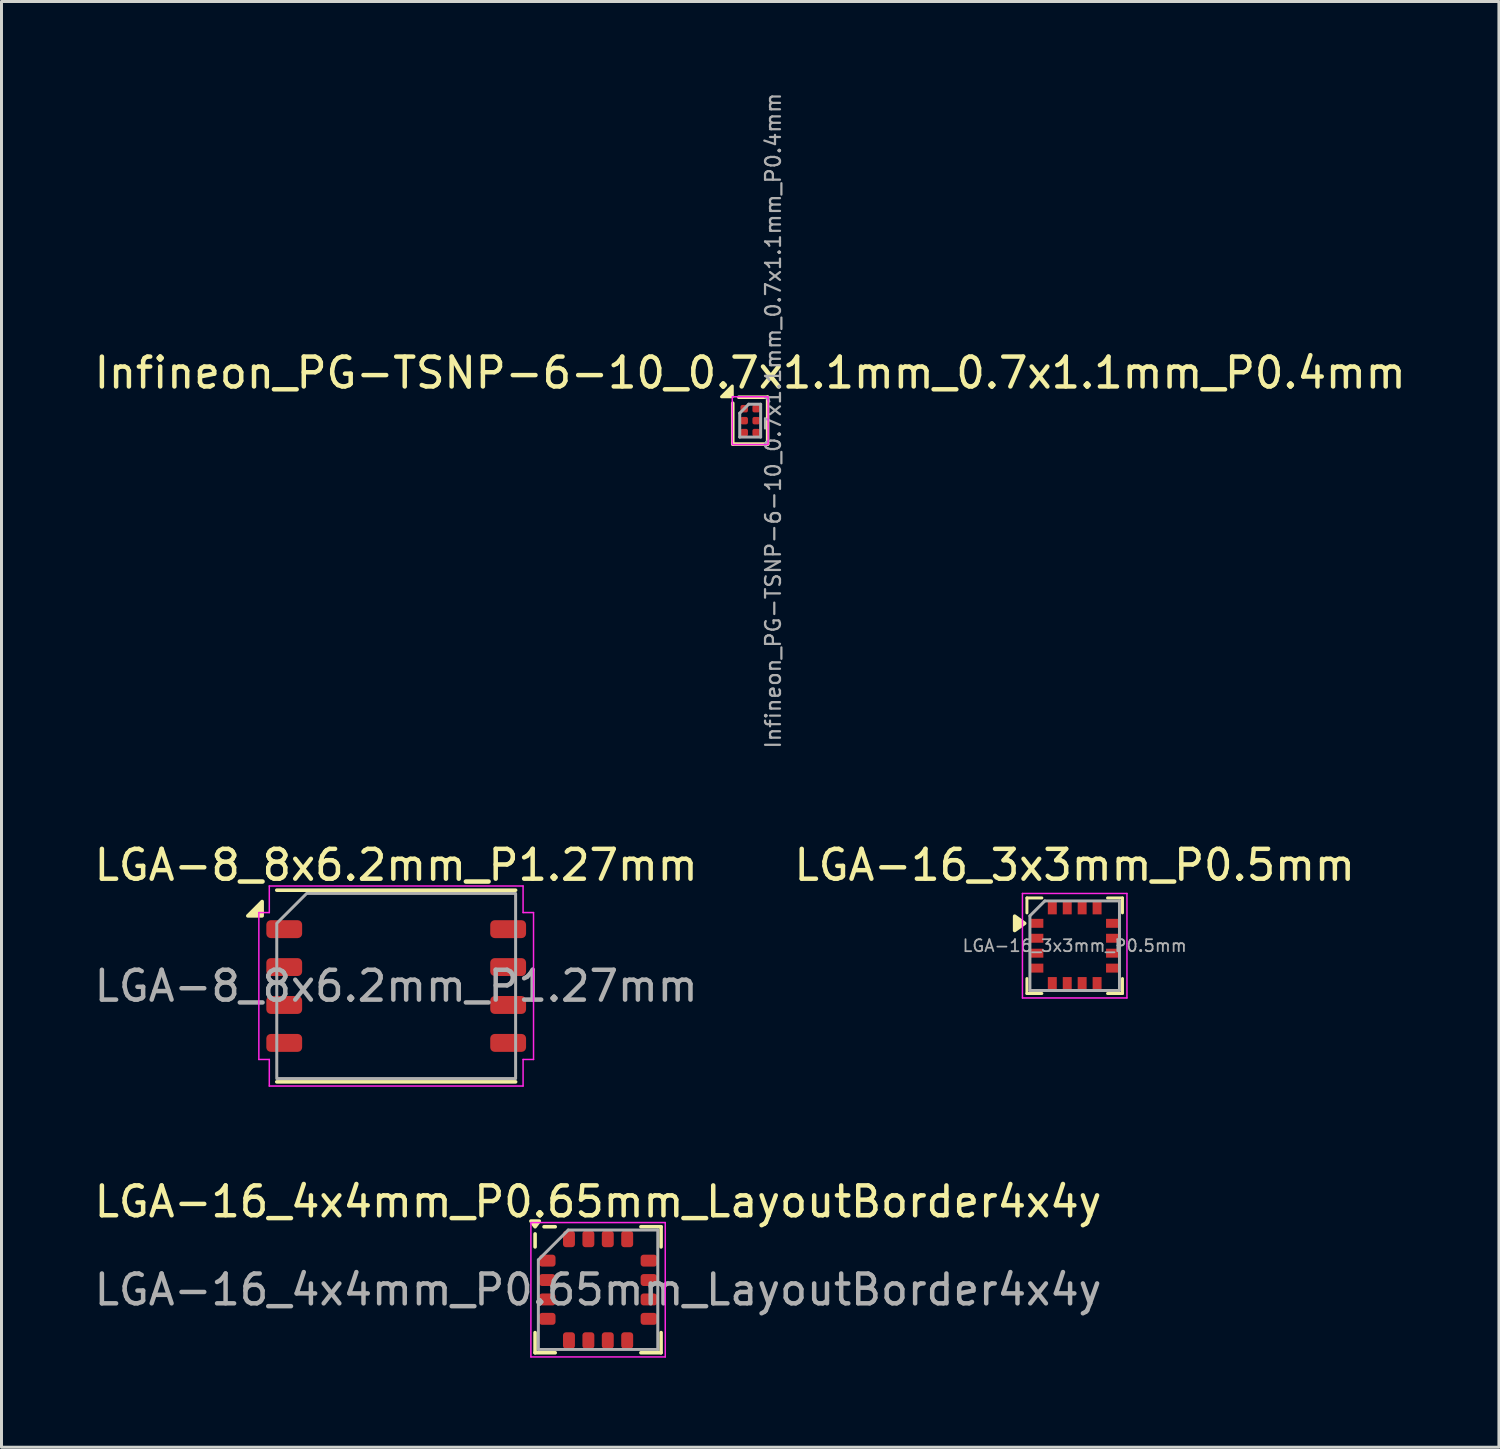
<source format=kicad_pcb>
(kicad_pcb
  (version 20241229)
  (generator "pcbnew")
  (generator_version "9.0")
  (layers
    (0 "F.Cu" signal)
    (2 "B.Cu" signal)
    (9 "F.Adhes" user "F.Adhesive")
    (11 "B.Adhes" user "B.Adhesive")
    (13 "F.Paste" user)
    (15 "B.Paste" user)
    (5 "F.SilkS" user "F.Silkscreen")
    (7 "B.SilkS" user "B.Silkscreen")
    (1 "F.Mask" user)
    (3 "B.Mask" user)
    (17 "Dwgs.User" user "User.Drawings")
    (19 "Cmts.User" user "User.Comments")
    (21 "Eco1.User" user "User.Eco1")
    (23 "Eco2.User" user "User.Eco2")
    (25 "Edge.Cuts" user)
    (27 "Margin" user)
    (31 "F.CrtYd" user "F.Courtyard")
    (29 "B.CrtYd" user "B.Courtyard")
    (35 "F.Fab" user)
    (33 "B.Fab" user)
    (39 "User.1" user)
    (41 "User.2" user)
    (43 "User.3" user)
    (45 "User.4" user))
  (footprint "LGA-16_4x4mm_P0.65mm_LayoutBorder4x4y"
    (layer "F.Cu")
    (at 16.982 40.149)
    (property "Reference" "LGA-16_4x4mm_P0.65mm_LayoutBorder4x4y" (at 0 -2.95 0) (layer "F.SilkS") (effects (font (size 1 1) (thickness 0.15))))
    (attr smd)
    (fp_line (start -2.11 -1.435) (end -2.11 -1.87) (stroke (width 0.12) (type solid)) (layer "F.SilkS"))
    (fp_line (start -2.11 2.11) (end -2.11 1.435) (stroke (width 0.12) (type solid)) (layer "F.SilkS"))
    (fp_line (start -1.435 -2.11) (end -1.81 -2.11) (stroke (width 0.12) (type solid)) (layer "F.SilkS"))
    (fp_line (start -1.435 2.11) (end -2.11 2.11) (stroke (width 0.12) (type solid)) (layer "F.SilkS"))
    (fp_line (start 1.435 -2.11) (end 2.11 -2.11) (stroke (width 0.12) (type solid)) (layer "F.SilkS"))
    (fp_line (start 1.435 2.11) (end 2.11 2.11) (stroke (width 0.12) (type solid)) (layer "F.SilkS"))
    (fp_line (start 2.11 -2.11) (end 2.11 -1.435) (stroke (width 0.12) (type solid)) (layer "F.SilkS"))
    (fp_line (start 2.11 2.11) (end 2.11 1.435) (stroke (width 0.12) (type solid)) (layer "F.SilkS"))
    (fp_poly (pts (xy -2.11 -2.11) (xy -2.25 -2.3) (xy -1.97 -2.3) (xy -2.11 -2.11)) (stroke (width 0.12) (type solid)) (fill yes) (layer "F.SilkS"))
    (fp_line (start -2.25 -2.25) (end -2.25 2.25) (stroke (width 0.05) (type solid)) (layer "F.CrtYd"))
    (fp_line (start -2.25 2.25) (end 2.25 2.25) (stroke (width 0.05) (type solid)) (layer "F.CrtYd"))
    (fp_line (start 2.25 -2.25) (end -2.25 -2.25) (stroke (width 0.05) (type solid)) (layer "F.CrtYd"))
    (fp_line (start 2.25 2.25) (end 2.25 -2.25) (stroke (width 0.05) (type solid)) (layer "F.CrtYd"))
    (fp_line (start -2 -1) (end -1 -2) (stroke (width 0.1) (type solid)) (layer "F.Fab"))
    (fp_line (start -2 2) (end -2 -1) (stroke (width 0.1) (type solid)) (layer "F.Fab"))
    (fp_line (start -1 -2) (end 2 -2) (stroke (width 0.1) (type solid)) (layer "F.Fab"))
    (fp_line (start 2 -2) (end 2 2) (stroke (width 0.1) (type solid)) (layer "F.Fab"))
    (fp_line (start 2 2) (end -2 2) (stroke (width 0.1) (type solid)) (layer "F.Fab"))
    (fp_text user "${REFERENCE}" (at 0 0 0) (layer "F.Fab") (effects (font (size 1 1) (thickness 0.15))))
    (pad "1" smd roundrect (at -1.7 -0.975) (size 0.55 0.4) (layers "F.Cu" "F.Mask" "F.Paste") (roundrect_rratio 0.25))
    (pad "2" smd roundrect (at -1.7 -0.325) (size 0.55 0.4) (layers "F.Cu" "F.Mask" "F.Paste") (roundrect_rratio 0.25))
    (pad "3" smd roundrect (at -1.7 0.325) (size 0.55 0.4) (layers "F.Cu" "F.Mask" "F.Paste") (roundrect_rratio 0.25))
    (pad "4" smd roundrect (at -1.7 0.975) (size 0.55 0.4) (layers "F.Cu" "F.Mask" "F.Paste") (roundrect_rratio 0.25))
    (pad "5" smd roundrect (at -0.975 1.7) (size 0.4 0.55) (layers "F.Cu" "F.Mask" "F.Paste") (roundrect_rratio 0.25))
    (pad "6" smd roundrect (at -0.325 1.7) (size 0.4 0.55) (layers "F.Cu" "F.Mask" "F.Paste") (roundrect_rratio 0.25))
    (pad "7" smd roundrect (at 0.325 1.7) (size 0.4 0.55) (layers "F.Cu" "F.Mask" "F.Paste") (roundrect_rratio 0.25))
    (pad "8" smd roundrect (at 0.975 1.7) (size 0.4 0.55) (layers "F.Cu" "F.Mask" "F.Paste") (roundrect_rratio 0.25))
    (pad "9" smd roundrect (at 1.7 0.975) (size 0.55 0.4) (layers "F.Cu" "F.Mask" "F.Paste") (roundrect_rratio 0.25))
    (pad "10" smd roundrect (at 1.7 0.325) (size 0.55 0.4) (layers "F.Cu" "F.Mask" "F.Paste") (roundrect_rratio 0.25))
    (pad "11" smd roundrect (at 1.7 -0.325) (size 0.55 0.4) (layers "F.Cu" "F.Mask" "F.Paste") (roundrect_rratio 0.25))
    (pad "12" smd roundrect (at 1.7 -0.975) (size 0.55 0.4) (layers "F.Cu" "F.Mask" "F.Paste") (roundrect_rratio 0.25))
    (pad "13" smd roundrect (at 0.975 -1.7) (size 0.4 0.55) (layers "F.Cu" "F.Mask" "F.Paste") (roundrect_rratio 0.25))
    (pad "14" smd roundrect (at 0.325 -1.7) (size 0.4 0.55) (layers "F.Cu" "F.Mask" "F.Paste") (roundrect_rratio 0.25))
    (pad "15" smd roundrect (at -0.325 -1.7) (size 0.4 0.55) (layers "F.Cu" "F.Mask" "F.Paste") (roundrect_rratio 0.25))
    (pad "16" smd roundrect (at -0.975 -1.7) (size 0.4 0.55) (layers "F.Cu" "F.Mask" "F.Paste") (roundrect_rratio 0.25)))
  (footprint "LGA-16_3x3mm_P0.5mm"
    (layer "F.Cu")
    (at 32.946 28.626)
    (property "Reference" "LGA-16_3x3mm_P0.5mm" (at 0 -2.7 0) (layer "F.SilkS") (effects (font (size 1 1) (thickness 0.15))))
    (attr smd)
    (fp_line (start -1.6 -1.6) (end -1.6 -1.1) (stroke (width 0.1) (type solid)) (layer "F.SilkS"))
    (fp_line (start -1.6 -1.6) (end -1.1 -1.6) (stroke (width 0.1) (type solid)) (layer "F.SilkS"))
    (fp_line (start -1.6 1.6) (end -1.6 1.1) (stroke (width 0.1) (type solid)) (layer "F.SilkS"))
    (fp_line (start -1.6 1.6) (end -1.1 1.6) (stroke (width 0.1) (type solid)) (layer "F.SilkS"))
    (fp_line (start 1.1 -1.6) (end 1.6 -1.6) (stroke (width 0.1) (type solid)) (layer "F.SilkS"))
    (fp_line (start 1.6 -1.6) (end 1.6 -1.1) (stroke (width 0.1) (type solid)) (layer "F.SilkS"))
    (fp_line (start 1.6 1.6) (end 1.1 1.6) (stroke (width 0.1) (type solid)) (layer "F.SilkS"))
    (fp_line (start 1.6 1.6) (end 1.6 1.1) (stroke (width 0.1) (type solid)) (layer "F.SilkS"))
    (fp_poly (pts (xy -1.675 -0.75) (xy -2.011 -0.51) (xy -2.011 -0.99) (xy -1.675 -0.75)) (stroke (width 0.12) (type solid)) (fill yes) (layer "F.SilkS"))
    (fp_line (start -1.75 -1.75) (end 1.75 -1.75) (stroke (width 0.05) (type solid)) (layer "F.CrtYd"))
    (fp_line (start -1.75 1.75) (end -1.75 -1.75) (stroke (width 0.05) (type solid)) (layer "F.CrtYd"))
    (fp_line (start 1.75 -1.75) (end 1.75 1.75) (stroke (width 0.05) (type solid)) (layer "F.CrtYd"))
    (fp_line (start 1.75 1.75) (end -1.75 1.75) (stroke (width 0.05) (type solid)) (layer "F.CrtYd"))
    (fp_line (start -1.5 -1) (end -1 -1.5) (stroke (width 0.1) (type solid)) (layer "F.Fab"))
    (fp_line (start -1.5 1.5) (end -1.5 -1) (stroke (width 0.1) (type solid)) (layer "F.Fab"))
    (fp_line (start -1 -1.5) (end 1.5 -1.5) (stroke (width 0.1) (type solid)) (layer "F.Fab"))
    (fp_line (start 1.5 -1.5) (end 1.5 1.5) (stroke (width 0.1) (type solid)) (layer "F.Fab"))
    (fp_line (start 1.5 1.5) (end -1.5 1.5) (stroke (width 0.1) (type solid)) (layer "F.Fab"))
    (fp_text user "${REFERENCE}" (at 0 0 180) (layer "F.Fab") (effects (font (size 0.4 0.4) (thickness 0.06))))
    (pad "1" smd rect (at -1.275 -0.75 90) (size 0.3 0.45) (layers "F.Cu" "F.Mask" "F.Paste"))
    (pad "2" smd rect (at -1.275 -0.25 90) (size 0.3 0.45) (layers "F.Cu" "F.Mask" "F.Paste"))
    (pad "3" smd rect (at -1.275 0.25 90) (size 0.3 0.45) (layers "F.Cu" "F.Mask" "F.Paste"))
    (pad "4" smd rect (at -1.275 0.75 90) (size 0.3 0.45) (layers "F.Cu" "F.Mask" "F.Paste"))
    (pad "5" smd rect (at -0.75 1.275) (size 0.3 0.45) (layers "F.Cu" "F.Mask" "F.Paste"))
    (pad "6" smd rect (at -0.25 1.275) (size 0.3 0.45) (layers "F.Cu" "F.Mask" "F.Paste"))
    (pad "7" smd rect (at 0.25 1.275) (size 0.3 0.45) (layers "F.Cu" "F.Mask" "F.Paste"))
    (pad "8" smd rect (at 0.75 1.275) (size 0.3 0.45) (layers "F.Cu" "F.Mask" "F.Paste"))
    (pad "9" smd rect (at 1.275 0.75 90) (size 0.3 0.45) (layers "F.Cu" "F.Mask" "F.Paste"))
    (pad "10" smd rect (at 1.275 0.25 90) (size 0.3 0.45) (layers "F.Cu" "F.Mask" "F.Paste"))
    (pad "11" smd rect (at 1.275 -0.25 90) (size 0.3 0.45) (layers "F.Cu" "F.Mask" "F.Paste"))
    (pad "12" smd rect (at 1.275 -0.75 90) (size 0.3 0.45) (layers "F.Cu" "F.Mask" "F.Paste"))
    (pad "13" smd rect (at 0.75 -1.275) (size 0.3 0.45) (layers "F.Cu" "F.Mask" "F.Paste"))
    (pad "14" smd rect (at 0.25 -1.275) (size 0.3 0.45) (layers "F.Cu" "F.Mask" "F.Paste"))
    (pad "15" smd rect (at -0.25 -1.275) (size 0.3 0.45) (layers "F.Cu" "F.Mask" "F.Paste"))
    (pad "16" smd rect (at -0.75 -1.275) (size 0.3 0.45) (layers "F.Cu" "F.Mask" "F.Paste")))
  (footprint "Infineon_PG-TSNP-6-10_0.7x1.1mm_0.7x1.1mm_P0.4mm"
    (layer "F.Cu")
    (at 22.077 11.039)
    (property "Reference" "Infineon_PG-TSNP-6-10_0.7x1.1mm_0.7x1.1mm_P0.4mm" (at 0 -1.6 0) (layer "F.SilkS") (effects (font (size 1 1) (thickness 0.15))))
    (attr smd)
    (fp_line (start -0.585 0.785) (end -0.585 -0.585) (stroke (width 0.12) (type default)) (layer "F.SilkS"))
    (fp_line (start -0.585 0.785) (end 0.585 0.785) (stroke (width 0.12) (type default)) (layer "F.SilkS"))
    (fp_line (start -0.385 -0.785) (end 0.585 -0.785) (stroke (width 0.12) (type default)) (layer "F.SilkS"))
    (fp_line (start 0.585 0.785) (end 0.585 -0.785) (stroke (width 0.12) (type default)) (layer "F.SilkS"))
    (fp_poly (pts (xy -0.6 -0.8) (xy -0.96 -0.8) (xy -0.6 -1.16) (xy -0.6 -0.8)) (stroke (width 0.1) (type solid)) (fill yes) (layer "F.SilkS"))
    (fp_rect (start -0.6 -0.8) (end 0.6 0.8) (stroke (width 0.05) (type default)) (fill no) (layer "F.CrtYd"))
    (fp_line (start -0.35 -0.25) (end -0.35 0.55) (stroke (width 0.1) (type default)) (layer "F.Fab"))
    (fp_line (start -0.35 -0.25) (end -0.05 -0.55) (stroke (width 0.1) (type default)) (layer "F.Fab"))
    (fp_line (start -0.35 0.55) (end 0.35 0.55) (stroke (width 0.1) (type default)) (layer "F.Fab"))
    (fp_line (start 0.35 -0.55) (end -0.05 -0.55) (stroke (width 0.1) (type default)) (layer "F.Fab"))
    (fp_line (start 0.35 0.55) (end 0.35 -0.55) (stroke (width 0.1) (type default)) (layer "F.Fab"))
    (fp_text user "${REFERENCE}" (at 0.77 0 90) (layer "F.Fab") (effects (font (size 0.5 0.5) (thickness 0.075))))
    (pad "" smd circle (at -0.2 -0.4) (size 0.25 0.25) (layers "F.Paste"))
    (pad "" smd circle (at -0.2 0) (size 0.25 0.25) (layers "F.Paste"))
    (pad "" smd circle (at -0.2 0.4) (size 0.25 0.25) (layers "F.Paste"))
    (pad "" smd circle (at 0.2 -0.4) (size 0.25 0.25) (layers "F.Paste"))
    (pad "" smd circle (at 0.2 0) (size 0.25 0.25) (layers "F.Paste"))
    (pad "" smd circle (at 0.2 0.4) (size 0.25 0.25) (layers "F.Paste"))
    (pad "1" smd roundrect (at -0.2 -0.4) (size 0.25 0.25) (layers "F.Cu" "F.Mask") (roundrect_rratio 0.25))
    (pad "2" smd roundrect (at -0.2 0) (size 0.25 0.25) (layers "F.Cu" "F.Mask") (roundrect_rratio 0.25))
    (pad "3" smd roundrect (at -0.2 0.4) (size 0.25 0.25) (layers "F.Cu" "F.Mask") (roundrect_rratio 0.25))
    (pad "4" smd roundrect (at 0.2 0.4) (size 0.25 0.25) (layers "F.Cu" "F.Mask") (roundrect_rratio 0.25))
    (pad "5" smd roundrect (at 0.2 0) (size 0.25 0.25) (layers "F.Cu" "F.Mask") (roundrect_rratio 0.25))
    (pad "6" smd roundrect (at 0.2 -0.4) (size 0.25 0.25) (layers "F.Cu" "F.Mask") (roundrect_rratio 0.25)))
  (footprint "LGA-8_8x6.2mm_P1.27mm"
    (layer "F.Cu")
    (at 10.22 29.976)
    (property "Reference" "LGA-8_8x6.2mm_P1.27mm" (at 0 -4.05 0) (layer "F.SilkS") (effects (font (size 1 1) (thickness 0.15))))
    (attr smd)
    (fp_line (start -4 -3.21) (end 4 -3.21) (stroke (width 0.12) (type solid)) (layer "F.SilkS"))
    (fp_line (start -4 3.21) (end 4 3.21) (stroke (width 0.12) (type solid)) (layer "F.SilkS"))
    (fp_poly (pts (xy -4.49 -2.35) (xy -4.97 -2.35) (xy -4.49 -2.83)) (stroke (width 0.12) (type solid)) (fill yes) (layer "F.SilkS"))
    (fp_line (start -4.6 -2.46) (end -4.25 -2.46) (stroke (width 0.05) (type solid)) (layer "F.CrtYd"))
    (fp_line (start -4.6 2.46) (end -4.6 -2.46) (stroke (width 0.05) (type solid)) (layer "F.CrtYd"))
    (fp_line (start -4.25 -3.35) (end 4.25 -3.35) (stroke (width 0.05) (type solid)) (layer "F.CrtYd"))
    (fp_line (start -4.25 -2.46) (end -4.25 -3.35) (stroke (width 0.05) (type solid)) (layer "F.CrtYd"))
    (fp_line (start -4.25 2.46) (end -4.6 2.46) (stroke (width 0.05) (type solid)) (layer "F.CrtYd"))
    (fp_line (start -4.25 3.35) (end -4.25 2.46) (stroke (width 0.05) (type solid)) (layer "F.CrtYd"))
    (fp_line (start 4.25 -3.35) (end 4.25 -2.46) (stroke (width 0.05) (type solid)) (layer "F.CrtYd"))
    (fp_line (start 4.25 -2.46) (end 4.6 -2.46) (stroke (width 0.05) (type solid)) (layer "F.CrtYd"))
    (fp_line (start 4.25 2.46) (end 4.25 3.35) (stroke (width 0.05) (type solid)) (layer "F.CrtYd"))
    (fp_line (start 4.25 3.35) (end -4.25 3.35) (stroke (width 0.05) (type solid)) (layer "F.CrtYd"))
    (fp_line (start 4.6 -2.46) (end 4.6 2.46) (stroke (width 0.05) (type solid)) (layer "F.CrtYd"))
    (fp_line (start 4.6 2.46) (end 4.25 2.46) (stroke (width 0.05) (type solid)) (layer "F.CrtYd"))
    (fp_poly (pts (xy -4 -2.1) (xy -4 3.1) (xy 4 3.1) (xy 4 -3.1) (xy -3 -3.1)) (stroke (width 0.1) (type solid)) (fill no) (layer "F.Fab"))
    (fp_text user "${REFERENCE}" (at 0 0 0) (layer "F.Fab") (effects (font (size 1 1) (thickness 0.15))))
    (pad "1" smd roundrect (at -3.75 -1.905) (size 1.2 0.6) (layers "F.Cu" "F.Mask" "F.Paste") (roundrect_rratio 0.25))
    (pad "2" smd roundrect (at -3.75 -0.635) (size 1.2 0.6) (layers "F.Cu" "F.Mask" "F.Paste") (roundrect_rratio 0.25))
    (pad "3" smd roundrect (at -3.75 0.635) (size 1.2 0.6) (layers "F.Cu" "F.Mask" "F.Paste") (roundrect_rratio 0.25))
    (pad "4" smd roundrect (at -3.75 1.905) (size 1.2 0.6) (layers "F.Cu" "F.Mask" "F.Paste") (roundrect_rratio 0.25))
    (pad "5" smd roundrect (at 3.75 1.905) (size 1.2 0.6) (layers "F.Cu" "F.Mask" "F.Paste") (roundrect_rratio 0.25))
    (pad "6" smd roundrect (at 3.75 0.635) (size 1.2 0.6) (layers "F.Cu" "F.Mask" "F.Paste") (roundrect_rratio 0.25))
    (pad "7" smd roundrect (at 3.75 -0.635) (size 1.2 0.6) (layers "F.Cu" "F.Mask" "F.Paste") (roundrect_rratio 0.25))
    (pad "8" smd roundrect (at 3.75 -1.905) (size 1.2 0.6) (layers "F.Cu" "F.Mask" "F.Paste") (roundrect_rratio 0.25)))
  (gr_rect
    (start -3 -3)
    (end 47.155 45.424)
    (stroke (width 0.1) (type default))
    (fill no)
    (layer "Edge.Cuts")))
</source>
